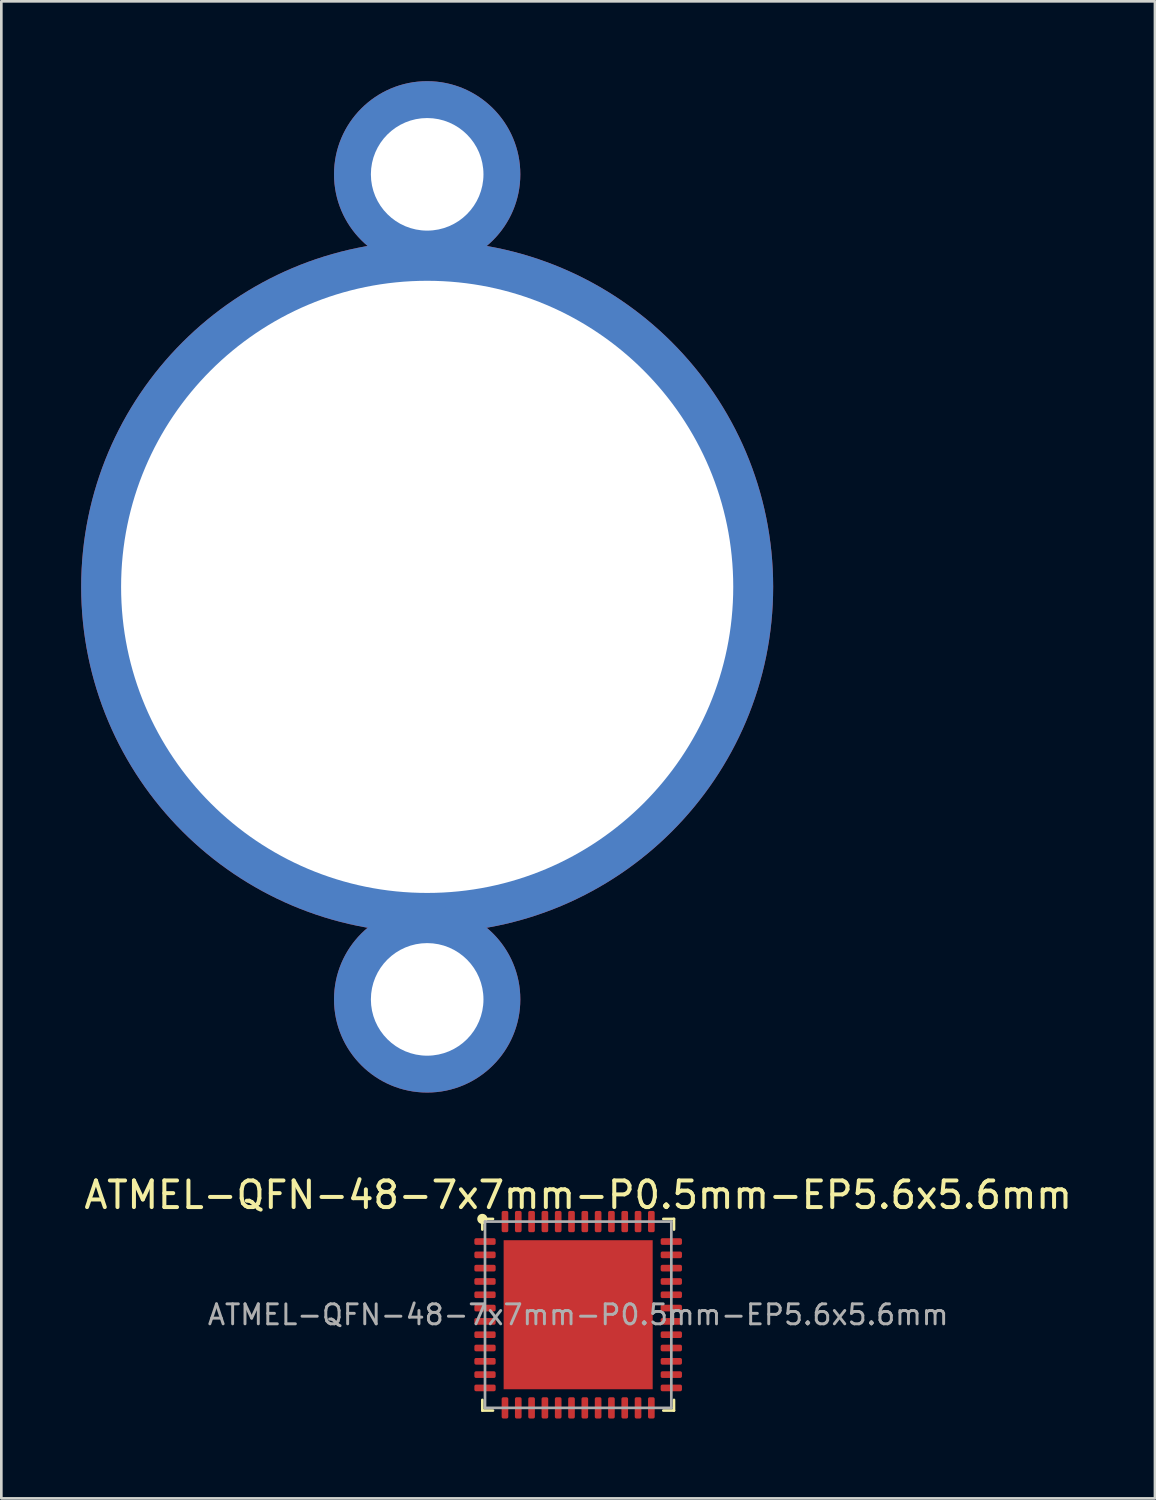
<source format=kicad_pcb>
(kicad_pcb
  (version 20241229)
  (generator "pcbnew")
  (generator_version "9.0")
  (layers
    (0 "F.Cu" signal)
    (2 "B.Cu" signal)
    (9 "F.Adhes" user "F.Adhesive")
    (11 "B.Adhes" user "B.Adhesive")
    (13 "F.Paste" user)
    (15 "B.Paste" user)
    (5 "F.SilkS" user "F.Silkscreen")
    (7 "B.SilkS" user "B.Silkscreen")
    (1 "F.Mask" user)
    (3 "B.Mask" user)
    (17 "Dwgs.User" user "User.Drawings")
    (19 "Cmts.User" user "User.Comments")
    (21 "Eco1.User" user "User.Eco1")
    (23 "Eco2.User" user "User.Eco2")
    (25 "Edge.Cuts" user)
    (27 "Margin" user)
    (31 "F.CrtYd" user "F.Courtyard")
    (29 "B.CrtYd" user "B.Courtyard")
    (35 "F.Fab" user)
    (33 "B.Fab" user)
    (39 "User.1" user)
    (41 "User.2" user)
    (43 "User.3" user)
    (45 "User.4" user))
  (footprint "85c1-movement"
    (layer "F.Cu")
    (at 13 19)
    (property "Reference" "85c1-movement" (at 0 -0.5 0) (unlocked yes) (layer "F.SilkS") (effects (font (size 1 1) (thickness 0.1))))
    (attr through_hole)
    (fp_text user "${REFERENCE}" (at 0 2.5 0) (unlocked yes) (layer "F.Fab") (effects (font (size 1 1) (thickness 0.15))))
    (pad "1" thru_hole circle (at 0 -15.5) (size 7 7) (drill 4.23) (layers "*.Cu" "*.Mask"))
    (pad "1" thru_hole circle (at 0 0) (size 26 26) (drill 23) (layers "*.Cu" "*.Mask"))
    (pad "1" thru_hole circle (at 0 15.5) (size 7 7) (drill 4.23) (layers "*.Cu" "*.Mask")))
  (footprint "ATMEL-QFN-48-7x7mm-P0.5mm-EP5.6x5.6mm"
    (layer "F.Cu")
    (at 18.673 46.348)
    (property "Reference" "ATMEL-QFN-48-7x7mm-P0.5mm-EP5.6x5.6mm" (at 0 -4.5 0) (layer "F.SilkS") (effects (font (size 1 1) (thickness 0.15))))
    (attr smd)
    (fp_line (start -3.6 -3.6) (end -3.6 -3.2) (stroke (width 0.1) (type solid)) (layer "F.SilkS"))
    (fp_line (start -3.6 -3.6) (end -3.2 -3.6) (stroke (width 0.1) (type solid)) (layer "F.SilkS"))
    (fp_line (start -3.6 3.6) (end -3.6 3.2) (stroke (width 0.1) (type solid)) (layer "F.SilkS"))
    (fp_line (start -3.6 3.6) (end -3.2 3.6) (stroke (width 0.1) (type solid)) (layer "F.SilkS"))
    (fp_line (start 3.6 -3.6) (end 3.2 -3.6) (stroke (width 0.1) (type solid)) (layer "F.SilkS"))
    (fp_line (start 3.6 -3.6) (end 3.6 -3.2) (stroke (width 0.1) (type solid)) (layer "F.SilkS"))
    (fp_line (start 3.6 3.6) (end 3.2 3.6) (stroke (width 0.1) (type solid)) (layer "F.SilkS"))
    (fp_line (start 3.6 3.6) (end 3.6 3.2) (stroke (width 0.1) (type solid)) (layer "F.SilkS"))
    (fp_circle (center -3.6 -3.6) (end -3.5 -3.5) (stroke (width 0.1) (type default)) (fill yes) (layer "F.SilkS"))
    (fp_line (start -3.5 -3.5) (end 3.5 -3.5) (stroke (width 0.1) (type solid)) (layer "F.Fab"))
    (fp_line (start -3.5 3.5) (end -3.5 -3.5) (stroke (width 0.1) (type solid)) (layer "F.Fab"))
    (fp_line (start 3.5 -3.5) (end 3.5 3.5) (stroke (width 0.1) (type solid)) (layer "F.Fab"))
    (fp_line (start 3.5 3.5) (end -3.5 3.5) (stroke (width 0.1) (type solid)) (layer "F.Fab"))
    (fp_text user "${REFERENCE}" (at 0 0 0) (layer "F.Fab") (effects (font (size 0.75 0.75) (thickness 0.11))))
    (pad "1" smd roundrect (at -3.5 -2.75) (size 0.8 0.25) (layers "F.Cu" "F.Mask" "F.Paste") (roundrect_rratio 0.25))
    (pad "2" smd roundrect (at -3.5 -2.25) (size 0.8 0.25) (layers "F.Cu" "F.Mask" "F.Paste") (roundrect_rratio 0.25))
    (pad "3" smd roundrect (at -3.5 -1.75) (size 0.8 0.25) (layers "F.Cu" "F.Mask" "F.Paste") (roundrect_rratio 0.25))
    (pad "4" smd roundrect (at -3.5 -1.25) (size 0.8 0.25) (layers "F.Cu" "F.Mask" "F.Paste") (roundrect_rratio 0.25))
    (pad "5" smd roundrect (at -3.5 -0.75) (size 0.8 0.25) (layers "F.Cu" "F.Mask" "F.Paste") (roundrect_rratio 0.25))
    (pad "6" smd roundrect (at -3.5 -0.25) (size 0.8 0.25) (layers "F.Cu" "F.Mask" "F.Paste") (roundrect_rratio 0.25))
    (pad "7" smd roundrect (at -3.5 0.25) (size 0.8 0.25) (layers "F.Cu" "F.Mask" "F.Paste") (roundrect_rratio 0.25))
    (pad "8" smd roundrect (at -3.5 0.75) (size 0.8 0.25) (layers "F.Cu" "F.Mask" "F.Paste") (roundrect_rratio 0.25))
    (pad "9" smd roundrect (at -3.5 1.25) (size 0.8 0.25) (layers "F.Cu" "F.Mask" "F.Paste") (roundrect_rratio 0.25))
    (pad "10" smd roundrect (at -3.5 1.75) (size 0.8 0.25) (layers "F.Cu" "F.Mask" "F.Paste") (roundrect_rratio 0.25))
    (pad "11" smd roundrect (at -3.5 2.25) (size 0.8 0.25) (layers "F.Cu" "F.Mask" "F.Paste") (roundrect_rratio 0.25))
    (pad "12" smd roundrect (at -3.5 2.75) (size 0.8 0.25) (layers "F.Cu" "F.Mask" "F.Paste") (roundrect_rratio 0.25))
    (pad "13" smd roundrect (at -2.75 3.5) (size 0.25 0.8) (layers "F.Cu" "F.Mask" "F.Paste") (roundrect_rratio 0.25))
    (pad "14" smd roundrect (at -2.25 3.5) (size 0.25 0.8) (layers "F.Cu" "F.Mask" "F.Paste") (roundrect_rratio 0.25))
    (pad "15" smd roundrect (at -1.75 3.5) (size 0.25 0.8) (layers "F.Cu" "F.Mask" "F.Paste") (roundrect_rratio 0.25))
    (pad "16" smd roundrect (at -1.25 3.5) (size 0.25 0.8) (layers "F.Cu" "F.Mask" "F.Paste") (roundrect_rratio 0.25))
    (pad "17" smd roundrect (at -0.75 3.5) (size 0.25 0.8) (layers "F.Cu" "F.Mask" "F.Paste") (roundrect_rratio 0.25))
    (pad "18" smd roundrect (at -0.25 3.5) (size 0.25 0.8) (layers "F.Cu" "F.Mask" "F.Paste") (roundrect_rratio 0.25))
    (pad "19" smd roundrect (at 0.25 3.5) (size 0.25 0.8) (layers "F.Cu" "F.Mask" "F.Paste") (roundrect_rratio 0.25))
    (pad "20" smd roundrect (at 0.75 3.5) (size 0.25 0.8) (layers "F.Cu" "F.Mask" "F.Paste") (roundrect_rratio 0.25))
    (pad "21" smd roundrect (at 1.25 3.5) (size 0.25 0.8) (layers "F.Cu" "F.Mask" "F.Paste") (roundrect_rratio 0.25))
    (pad "22" smd roundrect (at 1.75 3.5) (size 0.25 0.8) (layers "F.Cu" "F.Mask" "F.Paste") (roundrect_rratio 0.25))
    (pad "23" smd roundrect (at 2.25 3.5) (size 0.25 0.8) (layers "F.Cu" "F.Mask" "F.Paste") (roundrect_rratio 0.25))
    (pad "24" smd roundrect (at 2.75 3.5) (size 0.25 0.8) (layers "F.Cu" "F.Mask" "F.Paste") (roundrect_rratio 0.25))
    (pad "25" smd roundrect (at 3.5 2.75) (size 0.8 0.25) (layers "F.Cu" "F.Mask" "F.Paste") (roundrect_rratio 0.25))
    (pad "26" smd roundrect (at 3.5 2.25) (size 0.8 0.25) (layers "F.Cu" "F.Mask" "F.Paste") (roundrect_rratio 0.25))
    (pad "27" smd roundrect (at 3.5 1.75) (size 0.8 0.25) (layers "F.Cu" "F.Mask" "F.Paste") (roundrect_rratio 0.25))
    (pad "28" smd roundrect (at 3.5 1.25) (size 0.8 0.25) (layers "F.Cu" "F.Mask" "F.Paste") (roundrect_rratio 0.25))
    (pad "29" smd roundrect (at 3.5 0.75) (size 0.8 0.25) (layers "F.Cu" "F.Mask" "F.Paste") (roundrect_rratio 0.25))
    (pad "30" smd roundrect (at 3.5 0.25) (size 0.8 0.25) (layers "F.Cu" "F.Mask" "F.Paste") (roundrect_rratio 0.25))
    (pad "31" smd roundrect (at 3.5 -0.25) (size 0.8 0.25) (layers "F.Cu" "F.Mask" "F.Paste") (roundrect_rratio 0.25))
    (pad "32" smd roundrect (at 3.5 -0.75) (size 0.8 0.25) (layers "F.Cu" "F.Mask" "F.Paste") (roundrect_rratio 0.25))
    (pad "33" smd roundrect (at 3.5 -1.25) (size 0.8 0.25) (layers "F.Cu" "F.Mask" "F.Paste") (roundrect_rratio 0.25))
    (pad "34" smd roundrect (at 3.5 -1.75) (size 0.8 0.25) (layers "F.Cu" "F.Mask" "F.Paste") (roundrect_rratio 0.25))
    (pad "35" smd roundrect (at 3.5 -2.25) (size 0.8 0.25) (layers "F.Cu" "F.Mask" "F.Paste") (roundrect_rratio 0.25))
    (pad "36" smd roundrect (at 3.5 -2.75) (size 0.8 0.25) (layers "F.Cu" "F.Mask" "F.Paste") (roundrect_rratio 0.25))
    (pad "37" smd roundrect (at 2.75 -3.5) (size 0.25 0.8) (layers "F.Cu" "F.Mask" "F.Paste") (roundrect_rratio 0.25))
    (pad "38" smd roundrect (at 2.25 -3.5) (size 0.25 0.8) (layers "F.Cu" "F.Mask" "F.Paste") (roundrect_rratio 0.25))
    (pad "39" smd roundrect (at 1.75 -3.5) (size 0.25 0.8) (layers "F.Cu" "F.Mask" "F.Paste") (roundrect_rratio 0.25))
    (pad "40" smd roundrect (at 1.25 -3.5) (size 0.25 0.8) (layers "F.Cu" "F.Mask" "F.Paste") (roundrect_rratio 0.25))
    (pad "41" smd roundrect (at 0.75 -3.5) (size 0.25 0.8) (layers "F.Cu" "F.Mask" "F.Paste") (roundrect_rratio 0.25))
    (pad "42" smd roundrect (at 0.25 -3.5) (size 0.25 0.8) (layers "F.Cu" "F.Mask" "F.Paste") (roundrect_rratio 0.25))
    (pad "43" smd roundrect (at -0.25 -3.5) (size 0.25 0.8) (layers "F.Cu" "F.Mask" "F.Paste") (roundrect_rratio 0.25))
    (pad "44" smd roundrect (at -0.75 -3.5) (size 0.25 0.8) (layers "F.Cu" "F.Mask" "F.Paste") (roundrect_rratio 0.25))
    (pad "45" smd roundrect (at -1.25 -3.5) (size 0.25 0.8) (layers "F.Cu" "F.Mask" "F.Paste") (roundrect_rratio 0.25))
    (pad "46" smd roundrect (at -1.75 -3.5) (size 0.25 0.8) (layers "F.Cu" "F.Mask" "F.Paste") (roundrect_rratio 0.25))
    (pad "47" smd roundrect (at -2.25 -3.5) (size 0.25 0.8) (layers "F.Cu" "F.Mask" "F.Paste") (roundrect_rratio 0.25))
    (pad "48" smd roundrect (at -2.75 -3.5) (size 0.25 0.8) (layers "F.Cu" "F.Mask" "F.Paste") (roundrect_rratio 0.25))
    (pad "49" smd rect (at 0 0) (size 5.6 5.6) (layers "F.Cu" "F.Mask")))
  (gr_rect
    (start -3 -3)
    (end 40.345 53.248)
    (stroke (width 0.1) (type default))
    (fill no)
    (layer "Edge.Cuts")))
</source>
